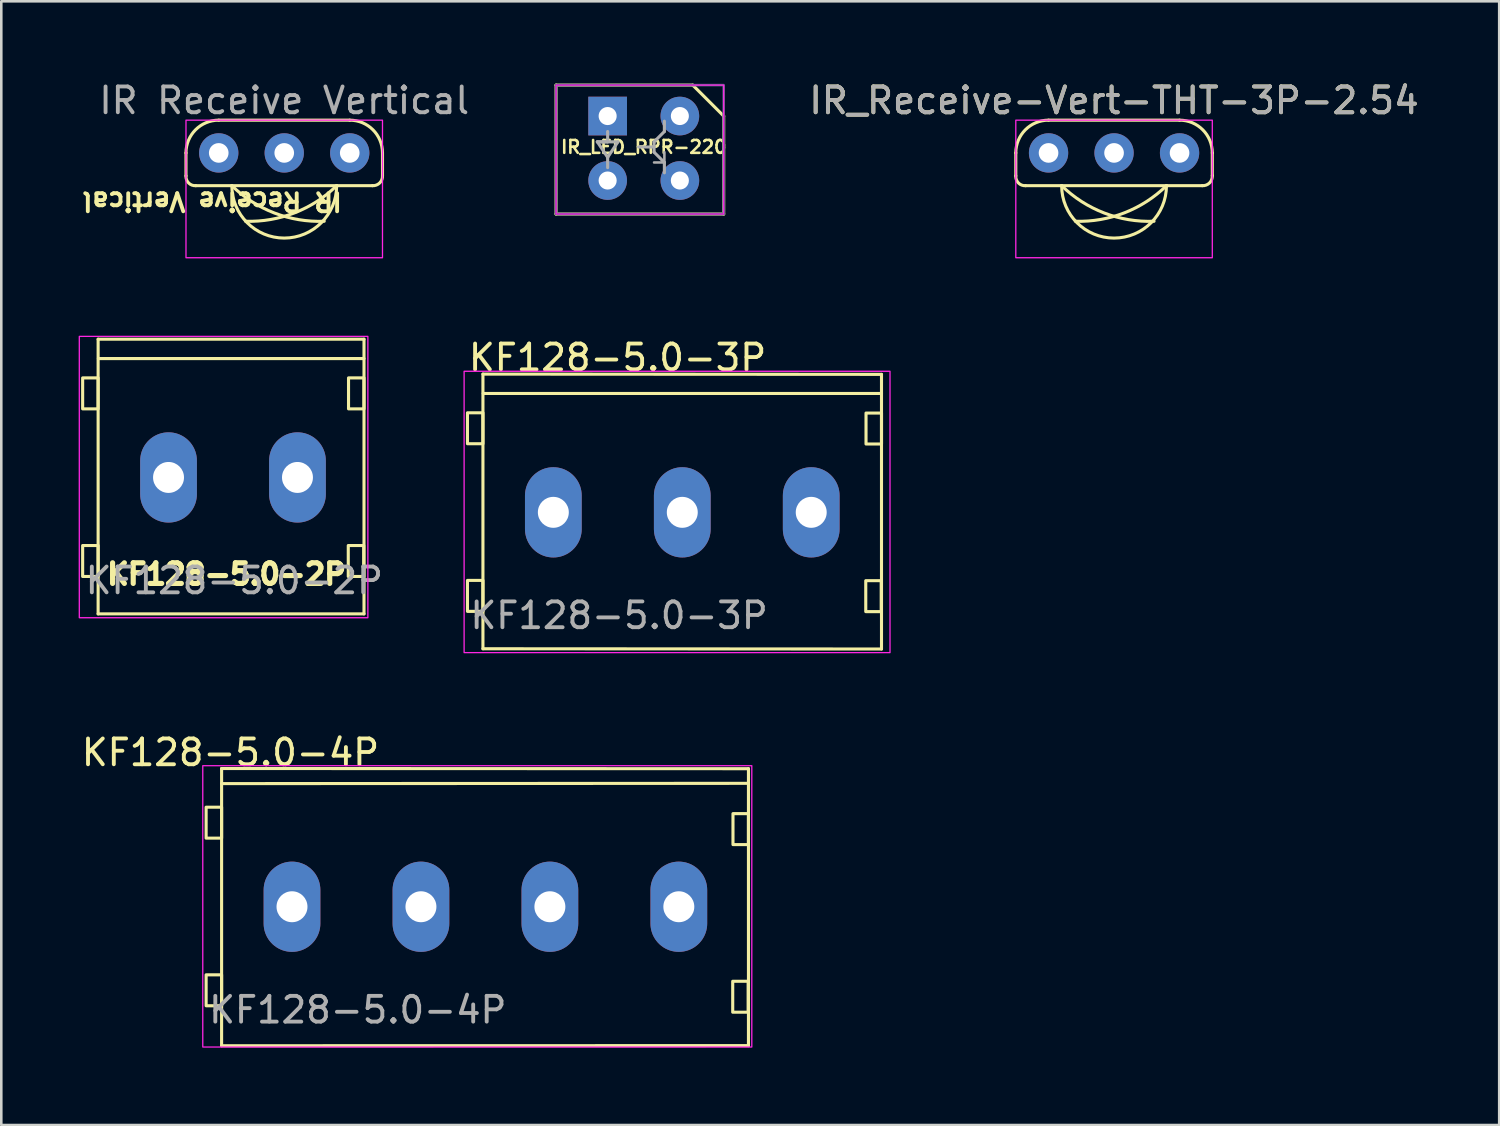
<source format=kicad_pcb>
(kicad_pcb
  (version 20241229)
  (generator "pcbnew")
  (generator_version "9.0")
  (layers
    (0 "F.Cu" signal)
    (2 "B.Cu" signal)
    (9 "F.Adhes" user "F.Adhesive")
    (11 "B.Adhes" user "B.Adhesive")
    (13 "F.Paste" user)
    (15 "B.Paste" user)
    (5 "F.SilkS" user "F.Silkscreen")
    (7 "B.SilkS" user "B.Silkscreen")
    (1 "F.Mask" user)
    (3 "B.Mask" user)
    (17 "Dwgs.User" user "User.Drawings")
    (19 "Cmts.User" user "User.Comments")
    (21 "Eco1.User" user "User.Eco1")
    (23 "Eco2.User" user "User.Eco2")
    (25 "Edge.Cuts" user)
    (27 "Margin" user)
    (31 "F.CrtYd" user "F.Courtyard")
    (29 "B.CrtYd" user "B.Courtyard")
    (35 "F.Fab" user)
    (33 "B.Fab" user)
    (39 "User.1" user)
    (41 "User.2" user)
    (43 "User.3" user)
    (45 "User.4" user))
  (footprint "KF128-5.0-4P"
    (layer "F.Cu")
    (at 15.773 32.096)
    (property "Reference" "KF128-5.0-4P" (at -9.886 -5.965 0) (unlocked yes) (layer "F.SilkS") (effects (font (size 1 1) (thickness 0.15))))
    (attr through_hole)
    (fp_line (start -10.23 -5.345) (end 10.2 -5.338) (stroke (width 0.12) (type solid)) (layer "F.SilkS"))
    (fp_line (start -10.23 5.405) (end -10.23 -5.345) (stroke (width 0.12) (type solid)) (layer "F.SilkS"))
    (fp_line (start 10.2 -5.338) (end 10.2 5.4) (stroke (width 0.12) (type solid)) (layer "F.SilkS"))
    (fp_line (start 10.2 -4.77) (end -10.23 -4.76) (stroke (width 0.12) (type solid)) (layer "F.SilkS"))
    (fp_line (start 10.2 5.4) (end -10.23 5.405) (stroke (width 0.12) (type solid)) (layer "F.SilkS"))
    (fp_rect (start -10.83 -3.845) (end -10.23 -2.645) (stroke (width 0.12) (type solid)) (fill no) (layer "F.SilkS"))
    (fp_rect (start -10.83 2.655) (end -10.23 3.855) (stroke (width 0.12) (type solid)) (fill no) (layer "F.SilkS"))
    (fp_rect (start 9.59 2.905) (end 10.19 4.105) (stroke (width 0.12) (type solid)) (fill no) (layer "F.SilkS"))
    (fp_rect (start 9.6 -3.595) (end 10.2 -2.395) (stroke (width 0.12) (type solid)) (fill no) (layer "F.SilkS"))
    (fp_rect (start -10.96 -5.455) (end 10.33 5.455) (stroke (width 0.05) (type solid)) (fill no) (layer "F.CrtYd"))
    (fp_text user "${REFERENCE}" (at -4.95 4.015 0) (unlocked yes) (layer "F.Fab") (effects (font (size 1 1) (thickness 0.15))))
    (pad "1" thru_hole oval (at -7.5 0.015) (size 2.2 3.5) (drill 1.2) (layers "*.Cu" "*.Mask"))
    (pad "2" thru_hole oval (at -2.5 0.015) (size 2.2 3.5) (drill 1.2) (layers "*.Cu" "*.Mask"))
    (pad "3" thru_hole oval (at 2.5 0.015) (size 2.2 3.5) (drill 1.2) (layers "*.Cu" "*.Mask"))
    (pad "4" thru_hole oval (at 7.5 0.015) (size 2.2 3.5) (drill 1.2) (layers "*.Cu" "*.Mask")))
  (footprint "IR Receive Vertical"
    (layer "F.Cu")
    (at 7.972 2.88)
    (property "Reference" "IR Receive Vertical" (at -2.8 1.879 180) (unlocked yes) (layer "F.SilkS") (effects (font (size 0.7 0.7) (thickness 0.15))))
    (attr through_hole)
    (fp_line (start -3.81 0.89) (end -3.81 0) (stroke (width 0.12) (type solid)) (layer "F.SilkS"))
    (fp_line (start -2.54 -1.27) (end 2.54 -1.27) (stroke (width 0.12) (type solid)) (layer "F.SilkS"))
    (fp_line (start -2.032 1.27) (end -3.43 1.27) (stroke (width 0.12) (type solid)) (layer "F.SilkS"))
    (fp_line (start -2.032 1.27) (end 2.032 1.27) (stroke (width 0.12) (type solid)) (layer "F.SilkS"))
    (fp_line (start 2.032 1.27) (end 3.42 1.27) (stroke (width 0.12) (type solid)) (layer "F.SilkS"))
    (fp_line (start 3.81 0) (end 3.81 0.88) (stroke (width 0.12) (type solid)) (layer "F.SilkS"))
    (fp_arc (start -3.81 0) (mid -3.438026 -0.898026) (end -2.54 -1.27) (stroke (width 0.12) (type solid)) (layer "F.SilkS"))
    (fp_arc (start -3.43 1.27) (mid -3.706516 1.166516) (end -3.81 0.89) (stroke (width 0.12) (type solid)) (layer "F.SilkS"))
    (fp_arc (start 1.55 2.65) (mid -0.383257 2.329249) (end -2.032 1.27) (stroke (width 0.12) (type solid)) (layer "F.SilkS"))
    (fp_arc (start 2.032 1.27) (mid 0 3.302) (end -2.032 1.27) (stroke (width 0.12) (type solid)) (layer "F.SilkS"))
    (fp_arc (start 2.032 1.27) (mid 0.407079 2.32108) (end -1.5 2.65) (stroke (width 0.12) (type solid)) (layer "F.SilkS"))
    (fp_arc (start 2.54 -1.27) (mid 3.438026 -0.898026) (end 3.81 0) (stroke (width 0.12) (type solid)) (layer "F.SilkS"))
    (fp_arc (start 3.81 0.88) (mid 3.702865 1.162865) (end 3.42 1.27) (stroke (width 0.12) (type solid)) (layer "F.SilkS"))
    (fp_rect (start -3.81 -1.27) (end 3.81 4.064) (stroke (width 0.05) (type solid)) (fill no) (layer "F.CrtYd"))
    (fp_text user "${REFERENCE}" (at 0 -2.032 0) (unlocked yes) (layer "F.Fab") (effects (font (size 1 1) (thickness 0.15))))
    (pad "1" thru_hole circle (at -2.54 0) (size 1.524 1.524) (drill 0.762) (layers "*.Cu" "*.Mask"))
    (pad "2" thru_hole circle (at 0 0) (size 1.524 1.524) (drill 0.762) (layers "*.Cu" "*.Mask"))
    (pad "3" thru_hole circle (at 2.54 0) (size 1.524 1.524) (drill 0.762) (layers "*.Cu" "*.Mask")))
  (footprint "KF128-5.0-2P"
    (layer "F.Cu")
    (at 5.985 15.464)
    (property "Reference" "KF128-5.0-2P" (at -0.25 3.75 0) (unlocked yes) (layer "F.SilkS") (effects (font (size 0.8 0.8) (thickness 0.3))))
    (attr through_hole)
    (fp_line (start -5.23 -5.36) (end 5.08 -5.36) (stroke (width 0.12) (type solid)) (layer "F.SilkS"))
    (fp_line (start -5.23 5.29) (end -5.23 -5.36) (stroke (width 0.12) (type solid)) (layer "F.SilkS"))
    (fp_line (start -5.22 -4.61) (end 5.08 -4.61) (stroke (width 0.12) (type solid)) (layer "F.SilkS"))
    (fp_line (start 5.08 -5.36) (end 5.08 5.29) (stroke (width 0.12) (type solid)) (layer "F.SilkS"))
    (fp_line (start 5.08 5.29) (end -5.23 5.29) (stroke (width 0.12) (type solid)) (layer "F.SilkS"))
    (fp_rect (start -5.83 -3.86) (end -5.23 -2.66) (stroke (width 0.12) (type solid)) (fill no) (layer "F.SilkS"))
    (fp_rect (start -5.83 2.64) (end -5.23 3.84) (stroke (width 0.12) (type solid)) (fill no) (layer "F.SilkS"))
    (fp_rect (start 4.47 2.64) (end 5.07 3.84) (stroke (width 0.12) (type solid)) (fill no) (layer "F.SilkS"))
    (fp_rect (start 4.48 -3.86) (end 5.08 -2.66) (stroke (width 0.12) (type solid)) (fill no) (layer "F.SilkS"))
    (fp_rect (start -5.96 -5.47) (end 5.23 5.44) (stroke (width 0.05) (type solid)) (fill no) (layer "F.CrtYd"))
    (fp_text user "${REFERENCE}" (at 0.05 4 0) (unlocked yes) (layer "F.Fab") (effects (font (size 1 1) (thickness 0.15))))
    (pad "1" thru_hole oval (at -2.5 0) (size 2.2 3.5) (drill 1.2) (layers "*.Cu" "*.Mask"))
    (pad "2" thru_hole oval (at 2.5 0) (size 2.2 3.5) (drill 1.2) (layers "*.Cu" "*.Mask")))
  (footprint "KF128-5.0-3P"
    (layer "F.Cu")
    (at 20.907 16.817)
    (property "Reference" "KF128-5.0-3P" (at -0.01 -6 0) (unlocked yes) (layer "F.SilkS") (effects (font (size 1 1) (thickness 0.15))))
    (attr through_hole)
    (fp_line (start -5.23 -5.36) (end 10.225 -5.35) (stroke (width 0.12) (type solid)) (layer "F.SilkS"))
    (fp_line (start -5.23 5.29) (end -5.23 -5.36) (stroke (width 0.12) (type solid)) (layer "F.SilkS"))
    (fp_line (start -5.22 -4.61) (end 10.225 -4.61) (stroke (width 0.12) (type solid)) (layer "F.SilkS"))
    (fp_line (start 10.225 -5.35) (end 10.225 5.3) (stroke (width 0.12) (type solid)) (layer "F.SilkS"))
    (fp_line (start 10.225 5.3) (end -5.23 5.29) (stroke (width 0.12) (type solid)) (layer "F.SilkS"))
    (fp_rect (start -5.83 -3.86) (end -5.23 -2.66) (stroke (width 0.12) (type solid)) (fill no) (layer "F.SilkS"))
    (fp_rect (start -5.83 2.64) (end -5.23 3.84) (stroke (width 0.12) (type solid)) (fill no) (layer "F.SilkS"))
    (fp_rect (start 9.615 2.65) (end 10.215 3.85) (stroke (width 0.12) (type solid)) (fill no) (layer "F.SilkS"))
    (fp_rect (start 9.625 -3.85) (end 10.225 -2.65) (stroke (width 0.12) (type solid)) (fill no) (layer "F.SilkS"))
    (fp_rect (start -5.96 -5.47) (end 10.555 5.44) (stroke (width 0.05) (type solid)) (fill no) (layer "F.CrtYd"))
    (fp_text user "${REFERENCE}" (at 0.05 4 0) (unlocked yes) (layer "F.Fab") (effects (font (size 1 1) (thickness 0.15))))
    (pad "1" thru_hole oval (at -2.5 0) (size 2.2 3.5) (drill 1.2) (layers "*.Cu" "*.Mask"))
    (pad "2" thru_hole oval (at 2.5 0) (size 2.2 3.5) (drill 1.2) (layers "*.Cu" "*.Mask"))
    (pad "3" thru_hole oval (at 7.5 0) (size 2.2 3.5) (drill 1.2) (layers "*.Cu" "*.Mask")))
  (footprint "IR_Receive-Vert-THT-3P-2.54"
    (layer "F.Cu")
    (at 40.15 2.88)
    (property "Reference" "IR_Receive-Vert-THT-3P-2.54" (at 0 -2.032 0) (unlocked yes) (layer "F.SilkS") (effects (font (size 1 1) (thickness 0.15))))
    (attr through_hole)
    (fp_line (start -3.81 0.89) (end -3.81 0) (stroke (width 0.12) (type solid)) (layer "F.SilkS"))
    (fp_line (start -2.54 -1.27) (end 2.54 -1.27) (stroke (width 0.12) (type solid)) (layer "F.SilkS"))
    (fp_line (start -2.032 1.27) (end -3.43 1.27) (stroke (width 0.12) (type solid)) (layer "F.SilkS"))
    (fp_line (start -2.032 1.27) (end 2.032 1.27) (stroke (width 0.12) (type solid)) (layer "F.SilkS"))
    (fp_line (start 2.032 1.27) (end 3.42 1.27) (stroke (width 0.12) (type solid)) (layer "F.SilkS"))
    (fp_line (start 3.81 0) (end 3.81 0.88) (stroke (width 0.12) (type solid)) (layer "F.SilkS"))
    (fp_arc (start -3.81 0) (mid -3.438026 -0.898026) (end -2.54 -1.27) (stroke (width 0.12) (type solid)) (layer "F.SilkS"))
    (fp_arc (start -3.43 1.27) (mid -3.706516 1.166516) (end -3.81 0.89) (stroke (width 0.12) (type solid)) (layer "F.SilkS"))
    (fp_arc (start 1.55 2.65) (mid -0.383257 2.329249) (end -2.032 1.27) (stroke (width 0.12) (type solid)) (layer "F.SilkS"))
    (fp_arc (start 2.032 1.27) (mid 0 3.302) (end -2.032 1.27) (stroke (width 0.12) (type solid)) (layer "F.SilkS"))
    (fp_arc (start 2.032 1.27) (mid 0.407079 2.32108) (end -1.5 2.65) (stroke (width 0.12) (type solid)) (layer "F.SilkS"))
    (fp_arc (start 2.54 -1.27) (mid 3.438026 -0.898026) (end 3.81 0) (stroke (width 0.12) (type solid)) (layer "F.SilkS"))
    (fp_arc (start 3.81 0.88) (mid 3.702866 1.162866) (end 3.42 1.27) (stroke (width 0.12) (type solid)) (layer "F.SilkS"))
    (fp_rect (start -3.81 -1.27) (end 3.81 4.064) (stroke (width 0.05) (type solid)) (fill no) (layer "F.CrtYd"))
    (fp_text user "${REFERENCE}" (at 0 -2.032 0) (unlocked yes) (layer "F.Fab") (effects (font (size 1 1) (thickness 0.15))))
    (pad "1" thru_hole circle (at -2.54 0) (size 1.524 1.524) (drill 0.762) (layers "*.Cu" "*.Mask"))
    (pad "2" thru_hole circle (at 0 0) (size 1.524 1.524) (drill 0.762) (layers "*.Cu" "*.Mask"))
    (pad "3" thru_hole circle (at 2.54 0) (size 1.524 1.524) (drill 0.762) (layers "*.Cu" "*.Mask")))
  (footprint "IR_LED_RPR-220"
    (layer "F.Cu")
    (at 18.513 0.25)
    (property "Reference" "IR_LED_RPR-220" (at 3.4 2.4 0) (layer "F.SilkS") (effects (font (size 0.5 0.5) (thickness 0.1))))
    (attr through_hole)
    (fp_line (start 0 0) (end 0 5) (stroke (width 0.12) (type solid)) (layer "F.SilkS"))
    (fp_line (start 0 5) (end 6.5 5) (stroke (width 0.12) (type solid)) (layer "F.SilkS"))
    (fp_line (start 5.3 0) (end 0 0) (stroke (width 0.12) (type solid)) (layer "F.SilkS"))
    (fp_line (start 6.5 1.2) (end 5.3 0) (stroke (width 0.12) (type solid)) (layer "F.SilkS"))
    (fp_line (start 6.5 5) (end 6.5 1.2) (stroke (width 0.12) (type solid)) (layer "F.SilkS"))
    (fp_rect (start 0 0) (end 6.5 5) (stroke (width 0.05) (type solid)) (fill no) (layer "F.CrtYd"))
    (fp_rect (start 0 0) (end 6.5 5) (stroke (width 0.1) (type solid)) (fill no) (layer "B.Fab"))
    (fp_line (start 1.6 2.2) (end 2.4 2.2) (stroke (width 0.12) (type solid)) (layer "F.Fab"))
    (fp_line (start 2 1.8) (end 2 2.2) (stroke (width 0.12) (type solid)) (layer "F.Fab"))
    (fp_line (start 2 2.2) (end 1.6 2.2) (stroke (width 0.12) (type solid)) (layer "F.Fab"))
    (fp_line (start 2 2.8) (end 1.6 2.2) (stroke (width 0.12) (type solid)) (layer "F.Fab"))
    (fp_line (start 2 2.8) (end 2 3.2) (stroke (width 0.12) (type solid)) (layer "F.Fab"))
    (fp_line (start 2.4 2.2) (end 2 2.8) (stroke (width 0.12) (type solid)) (layer "F.Fab"))
    (fp_line (start 3.8 2.2) (end 3.8 2.6) (stroke (width 0.12) (type solid)) (layer "F.Fab"))
    (fp_line (start 3.8 2.4) (end 3.2 2.4) (stroke (width 0.12) (type solid)) (layer "F.Fab"))
    (fp_line (start 3.8 2.6) (end 4.2 3) (stroke (width 0.12) (type solid)) (layer "F.Fab"))
    (fp_line (start 4.2 1.8) (end 3.8 2.2) (stroke (width 0.12) (type solid)) (layer "F.Fab"))
    (fp_line (start 4.2 1.8) (end 4.2 1.4) (stroke (width 0.12) (type solid)) (layer "F.Fab"))
    (fp_line (start 4.2 3) (end 3.8 3) (stroke (width 0.1) (type solid)) (layer "F.Fab"))
    (fp_line (start 4.2 3) (end 4.2 2.6) (stroke (width 0.1) (type solid)) (layer "F.Fab"))
    (fp_line (start 4.2 3) (end 4.2 3.4) (stroke (width 0.12) (type solid)) (layer "F.Fab"))
    (pad "1" thru_hole rect (at 2 1.2) (size 1.5 1.5) (drill 0.7) (layers "*.Cu" "*.Mask"))
    (pad "2" thru_hole circle (at 2 3.7) (size 1.5 1.5) (drill 0.7) (layers "*.Cu" "*.Mask"))
    (pad "3" thru_hole circle (at 4.8 3.7) (size 1.5 1.5) (drill 0.7) (layers "*.Cu" "*.Mask"))
    (pad "4" thru_hole circle (at 4.8 1.2) (size 1.5 1.5) (drill 0.7) (layers "*.Cu" "*.Mask")))
  (gr_rect
    (start -3 -3)
    (end 55.085 40.576)
    (stroke (width 0.1) (type default))
    (fill no)
    (layer "Edge.Cuts")))
</source>
